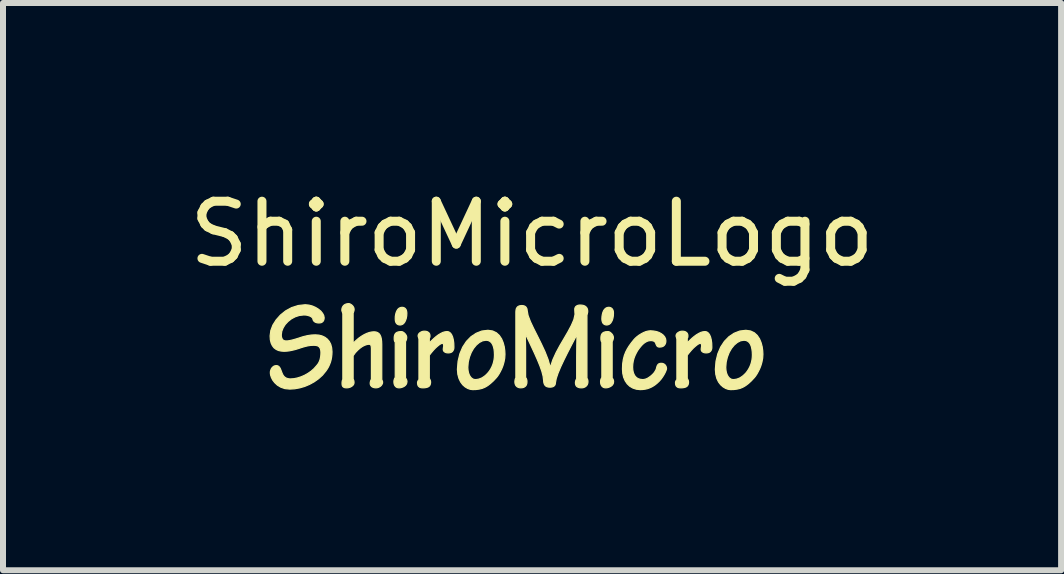
<source format=kicad_pcb>
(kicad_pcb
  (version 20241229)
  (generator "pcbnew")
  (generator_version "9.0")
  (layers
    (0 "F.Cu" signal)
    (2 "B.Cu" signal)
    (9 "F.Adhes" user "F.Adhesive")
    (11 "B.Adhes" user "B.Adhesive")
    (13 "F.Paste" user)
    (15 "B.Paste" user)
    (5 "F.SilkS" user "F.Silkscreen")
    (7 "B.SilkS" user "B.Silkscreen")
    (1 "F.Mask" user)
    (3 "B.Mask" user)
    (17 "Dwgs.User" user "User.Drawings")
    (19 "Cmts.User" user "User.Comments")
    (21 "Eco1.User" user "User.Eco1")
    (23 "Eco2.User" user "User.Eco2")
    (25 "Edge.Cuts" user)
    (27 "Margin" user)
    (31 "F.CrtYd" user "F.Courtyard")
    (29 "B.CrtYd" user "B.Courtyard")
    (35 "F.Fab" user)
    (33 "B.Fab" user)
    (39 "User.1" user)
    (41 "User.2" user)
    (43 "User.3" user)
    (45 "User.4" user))
  (footprint "ShiroMicroLogo"
    (layer "F.Cu")
    (at 5.815 2.848)
    (property "Reference" "ShiroMicroLogo" (at 0 -2 0) (layer "F.SilkS") (effects (font (size 1 1) (thickness 0.15))))
    (attr through_hole)
    (fp_poly (pts (xy -2.088 -0.702) (xy -2.086 -0.68) (xy -2.088 -0.636) (xy -2.095 -0.596) (xy -2.106 -0.563) (xy -2.119 -0.535) (xy -2.136 -0.512) (xy -2.154 -0.496) (xy -2.175 -0.487) (xy -2.197 -0.483) (xy -2.217 -0.485) (xy -2.234 -0.491) (xy -2.249 -0.5) (xy -2.26 -0.512) (xy -2.269 -0.527) (xy -2.275 -0.545) (xy -2.278 -0.565) (xy -2.279 -0.587) (xy -2.278 -0.625) (xy -2.272 -0.661) (xy -2.263 -0.694) (xy -2.25 -0.722) (xy -2.235 -0.745) (xy -2.216 -0.762) (xy -2.194 -0.773) (xy -2.169 -0.777) (xy -2.15 -0.776) (xy -2.134 -0.771) (xy -2.119 -0.763) (xy -2.108 -0.752) (xy -2.098 -0.738) (xy -2.092 -0.721)) (stroke (width 0.02) (type solid)) (fill yes) (layer "F.SilkS"))
    (fp_poly (pts (xy 1.324 -0.535) (xy 1.308 -0.512) (xy 1.289 -0.496) (xy 1.268 -0.487) (xy 1.247 -0.483) (xy 1.226 -0.485) (xy 1.209 -0.491) (xy 1.195 -0.5) (xy 1.183 -0.512) (xy 1.175 -0.527) (xy 1.169 -0.545) (xy 1.165 -0.565) (xy 1.164 -0.587) (xy 1.166 -0.625) (xy 1.172 -0.661) (xy 1.181 -0.694) (xy 1.193 -0.722) (xy 1.209 -0.745) (xy 1.228 -0.762) (xy 1.25 -0.773) (xy 1.275 -0.777) (xy 1.294 -0.776) (xy 1.31 -0.771) (xy 1.324 -0.763) (xy 1.336 -0.752) (xy 1.345 -0.738) (xy 1.352 -0.721) (xy 1.356 -0.702) (xy 1.357 -0.68) (xy 1.355 -0.636) (xy 1.348 -0.596) (xy 1.338 -0.563)) (stroke (width 0.02) (type solid)) (fill yes) (layer "F.SilkS"))
    (fp_poly (pts (xy -2.084 0.46) (xy -2.088 0.486) (xy -2.097 0.507) (xy -2.112 0.525) (xy -2.13 0.539) (xy -2.151 0.55) (xy -2.174 0.558) (xy -2.196 0.563) (xy -2.219 0.564) (xy -2.236 0.562) (xy -2.252 0.557) (xy -2.266 0.549) (xy -2.278 0.537) (xy -2.288 0.523) (xy -2.295 0.506) (xy -2.3 0.486) (xy -2.301 0.465) (xy -2.301 0.451) (xy -2.299 0.439) (xy -2.296 0.428) (xy -2.293 0.418) (xy -2.29 0.41) (xy -2.286 0.403) (xy -2.283 0.397) (xy -2.279 0.393) (xy -2.279 0.319) (xy -2.279 0.246) (xy -2.279 0.172) (xy -2.279 0.099) (xy -2.279 0.025) (xy -2.279 -0.048) (xy -2.279 -0.122) (xy -2.279 -0.196) (xy -2.283 -0.201) (xy -2.287 -0.207) (xy -2.29 -0.213) (xy -2.292 -0.221) (xy -2.294 -0.228) (xy -2.295 -0.236) (xy -2.296 -0.243) (xy -2.296 -0.25) (xy -2.296 -0.273) (xy -2.294 -0.295) (xy -2.289 -0.315) (xy -2.28 -0.334) (xy -2.266 -0.35) (xy -2.246 -0.362) (xy -2.217 -0.37) (xy -2.18 -0.373) (xy -2.164 -0.371) (xy -2.148 -0.364) (xy -2.132 -0.353) (xy -2.118 -0.34) (xy -2.106 -0.325) (xy -2.096 -0.309) (xy -2.09 -0.292) (xy -2.088 -0.276) (xy -2.089 -0.262) (xy -2.091 -0.25) (xy -2.093 -0.24) (xy -2.097 -0.23) (xy -2.1 -0.222) (xy -2.104 -0.215) (xy -2.106 -0.209) (xy -2.108 -0.204) (xy -2.108 -0.128) (xy -2.108 -0.053) (xy -2.108 0.023) (xy -2.108 0.099) (xy -2.108 0.174) (xy -2.108 0.25) (xy -2.108 0.326) (xy -2.108 0.401) (xy -2.105 0.405) (xy -2.101 0.41) (xy -2.097 0.417) (xy -2.093 0.424) (xy -2.089 0.433) (xy -2.087 0.442) (xy -2.085 0.451)) (stroke (width 0.02) (type solid)) (fill yes) (layer "F.SilkS"))
    (fp_poly (pts (xy 1.192 0.557) (xy 1.178 0.549) (xy 1.165 0.537) (xy 1.156 0.523) (xy 1.148 0.506) (xy 1.144 0.486) (xy 1.142 0.465) (xy 1.143 0.451) (xy 1.144 0.439) (xy 1.147 0.428) (xy 1.15 0.418) (xy 1.154 0.41) (xy 1.158 0.403) (xy 1.161 0.397) (xy 1.164 0.393) (xy 1.164 0.319) (xy 1.164 0.246) (xy 1.164 0.172) (xy 1.164 0.099) (xy 1.164 0.025) (xy 1.164 -0.048) (xy 1.164 -0.122) (xy 1.164 -0.196) (xy 1.16 -0.201) (xy 1.157 -0.207) (xy 1.154 -0.213) (xy 1.152 -0.221) (xy 1.15 -0.228) (xy 1.149 -0.236) (xy 1.148 -0.243) (xy 1.148 -0.25) (xy 1.148 -0.273) (xy 1.15 -0.295) (xy 1.155 -0.315) (xy 1.164 -0.334) (xy 1.178 -0.35) (xy 1.198 -0.362) (xy 1.226 -0.37) (xy 1.264 -0.373) (xy 1.28 -0.371) (xy 1.296 -0.364) (xy 1.311 -0.353) (xy 1.325 -0.34) (xy 1.338 -0.325) (xy 1.347 -0.309) (xy 1.353 -0.292) (xy 1.356 -0.276) (xy 1.355 -0.262) (xy 1.353 -0.25) (xy 1.35 -0.24) (xy 1.347 -0.23) (xy 1.343 -0.222) (xy 1.34 -0.215) (xy 1.337 -0.209) (xy 1.335 -0.204) (xy 1.335 -0.128) (xy 1.335 -0.053) (xy 1.335 0.023) (xy 1.335 0.099) (xy 1.335 0.174) (xy 1.335 0.25) (xy 1.335 0.326) (xy 1.335 0.401) (xy 1.339 0.405) (xy 1.343 0.41) (xy 1.347 0.417) (xy 1.351 0.424) (xy 1.354 0.433) (xy 1.357 0.442) (xy 1.358 0.451) (xy 1.359 0.46) (xy 1.356 0.486) (xy 1.346 0.507) (xy 1.332 0.525) (xy 1.313 0.539) (xy 1.292 0.55) (xy 1.27 0.558) (xy 1.247 0.563) (xy 1.225 0.564) (xy 1.207 0.562)) (stroke (width 0.02) (type solid)) (fill yes) (layer "F.SilkS"))
    (fp_poly (pts (xy -0.484 0.193) (xy -0.505 0.247) (xy -0.529 0.295) (xy -0.552 0.336) (xy -0.574 0.369) (xy -0.593 0.393) (xy -0.644 0.448) (xy -0.693 0.492) (xy -0.738 0.527) (xy -0.784 0.554) (xy -0.83 0.573) (xy -0.879 0.585) (xy -0.931 0.592) (xy -0.989 0.594) (xy -1.029 0.589) (xy -1.072 0.574) (xy -1.114 0.549) (xy -1.154 0.514) (xy -1.189 0.467) (xy -1.217 0.409) (xy -1.236 0.339) (xy -1.243 0.257) (xy -1.232 0.121) (xy -1.063 0.135) (xy -1.07 0.223) (xy -1.067 0.268) (xy -1.06 0.308) (xy -1.048 0.343) (xy -1.033 0.372) (xy -1.015 0.395) (xy -0.994 0.412) (xy -0.972 0.423) (xy -0.948 0.427) (xy -0.918 0.425) (xy -0.89 0.42) (xy -0.863 0.411) (xy -0.837 0.4) (xy -0.811 0.384) (xy -0.786 0.366) (xy -0.761 0.344) (xy -0.737 0.319) (xy -0.711 0.287) (xy -0.689 0.253) (xy -0.67 0.217) (xy -0.654 0.179) (xy -0.642 0.14) (xy -0.633 0.099) (xy -0.628 0.058) (xy -0.626 0.016) (xy -0.628 -0.034) (xy -0.633 -0.08) (xy -0.643 -0.122) (xy -0.657 -0.158) (xy -0.676 -0.188) (xy -0.701 -0.21) (xy -0.73 -0.224) (xy -0.766 -0.229) (xy -0.822 -0.22) (xy -0.877 -0.192) (xy -0.928 -0.149) (xy -0.974 -0.093) (xy -1.013 -0.025) (xy -1.043 0.052) (xy -1.063 0.135) (xy -1.232 0.121) (xy -1.202 -0.003) (xy -1.155 -0.114) (xy -1.092 -0.21) (xy -1.017 -0.287) (xy -0.93 -0.345) (xy -0.836 -0.382) (xy -0.734 -0.394) (xy -0.657 -0.383) (xy -0.594 -0.353) (xy -0.545 -0.308) (xy -0.507 -0.251) (xy -0.481 -0.188) (xy -0.463 -0.121) (xy -0.454 -0.055) (xy -0.451 0.006) (xy -0.455 0.071) (xy -0.467 0.134)) (stroke (width 0.02) (type solid)) (fill yes) (layer "F.SilkS"))
    (fp_poly (pts (xy 3.408 0.42) (xy 3.435 0.411) (xy 3.461 0.4) (xy 3.487 0.384) (xy 3.512 0.366) (xy 3.537 0.344) (xy 3.562 0.319) (xy 3.587 0.287) (xy 3.609 0.253) (xy 3.628 0.217) (xy 3.644 0.179) (xy 3.656 0.14) (xy 3.665 0.099) (xy 3.67 0.058) (xy 3.672 0.016) (xy 3.67 -0.034) (xy 3.664 -0.08) (xy 3.655 -0.122) (xy 3.641 -0.158) (xy 3.622 -0.188) (xy 3.597 -0.21) (xy 3.568 -0.224) (xy 3.532 -0.229) (xy 3.476 -0.22) (xy 3.421 -0.192) (xy 3.37 -0.149) (xy 3.324 -0.093) (xy 3.285 -0.025) (xy 3.255 0.052) (xy 3.235 0.135) (xy 3.066 0.121) (xy 3.096 -0.003) (xy 3.143 -0.114) (xy 3.206 -0.21) (xy 3.281 -0.287) (xy 3.367 -0.345) (xy 3.462 -0.382) (xy 3.563 -0.394) (xy 3.641 -0.383) (xy 3.704 -0.353) (xy 3.753 -0.308) (xy 3.791 -0.251) (xy 3.817 -0.188) (xy 3.835 -0.121) (xy 3.844 -0.055) (xy 3.847 0.006) (xy 3.843 0.071) (xy 3.831 0.134) (xy 3.814 0.193) (xy 3.793 0.247) (xy 3.769 0.295) (xy 3.746 0.336) (xy 3.724 0.369) (xy 3.705 0.393) (xy 3.654 0.448) (xy 3.606 0.492) (xy 3.56 0.527) (xy 3.514 0.554) (xy 3.468 0.573) (xy 3.419 0.585) (xy 3.367 0.592) (xy 3.309 0.594) (xy 3.269 0.589) (xy 3.226 0.574) (xy 3.184 0.549) (xy 3.144 0.514) (xy 3.108 0.467) (xy 3.08 0.409) (xy 3.062 0.339) (xy 3.055 0.257) (xy 3.066 0.121) (xy 3.235 0.135) (xy 3.228 0.223) (xy 3.231 0.268) (xy 3.238 0.308) (xy 3.25 0.343) (xy 3.265 0.372) (xy 3.283 0.395) (xy 3.304 0.412) (xy 3.326 0.423) (xy 3.35 0.427) (xy 3.379 0.425)) (stroke (width 0.02) (type solid)) (fill yes) (layer "F.SilkS"))
    (fp_poly (pts (xy 2.24 0.232) (xy 2.241 0.245) (xy 2.239 0.258) (xy 2.231 0.28) (xy 2.219 0.308) (xy 2.201 0.342) (xy 2.179 0.378) (xy 2.152 0.416) (xy 2.12 0.453) (xy 2.083 0.488) (xy 2.052 0.513) (xy 2.021 0.534) (xy 1.989 0.552) (xy 1.955 0.567) (xy 1.92 0.579) (xy 1.883 0.587) (xy 1.844 0.592) (xy 1.803 0.594) (xy 1.738 0.587) (xy 1.68 0.568) (xy 1.629 0.538) (xy 1.586 0.497) (xy 1.552 0.447) (xy 1.527 0.389) (xy 1.512 0.324) (xy 1.507 0.253) (xy 1.51 0.168) (xy 1.521 0.093) (xy 1.538 0.026) (xy 1.561 -0.033) (xy 1.589 -0.087) (xy 1.621 -0.138) (xy 1.657 -0.187) (xy 1.696 -0.236) (xy 1.719 -0.261) (xy 1.748 -0.287) (xy 1.781 -0.312) (xy 1.818 -0.335) (xy 1.857 -0.356) (xy 1.896 -0.372) (xy 1.936 -0.382) (xy 1.974 -0.386) (xy 2.026 -0.382) (xy 2.075 -0.373) (xy 2.118 -0.358) (xy 2.156 -0.337) (xy 2.187 -0.313) (xy 2.21 -0.285) (xy 2.225 -0.254) (xy 2.23 -0.221) (xy 2.229 -0.199) (xy 2.224 -0.178) (xy 2.216 -0.16) (xy 2.205 -0.145) (xy 2.191 -0.132) (xy 2.173 -0.123) (xy 2.151 -0.117) (xy 2.125 -0.115) (xy 2.111 -0.116) (xy 2.099 -0.12) (xy 2.09 -0.126) (xy 2.082 -0.133) (xy 2.077 -0.142) (xy 2.072 -0.151) (xy 2.068 -0.16) (xy 2.064 -0.17) (xy 2.061 -0.18) (xy 2.056 -0.189) (xy 2.05 -0.198) (xy 2.042 -0.206) (xy 2.031 -0.213) (xy 2.017 -0.218) (xy 2 -0.222) (xy 1.978 -0.223) (xy 1.955 -0.221) (xy 1.932 -0.216) (xy 1.91 -0.207) (xy 1.888 -0.195) (xy 1.867 -0.18) (xy 1.846 -0.162) (xy 1.825 -0.141) (xy 1.805 -0.117) (xy 1.781 -0.087) (xy 1.758 -0.054) (xy 1.737 -0.016) (xy 1.717 0.025) (xy 1.7 0.069) (xy 1.687 0.116) (xy 1.679 0.167) (xy 1.676 0.219) (xy 1.679 0.266) (xy 1.687 0.307) (xy 1.701 0.343) (xy 1.719 0.372) (xy 1.743 0.396) (xy 1.772 0.413) (xy 1.806 0.423) (xy 1.845 0.427) (xy 1.861 0.426) (xy 1.876 0.423) (xy 1.891 0.419) (xy 1.906 0.414) (xy 1.921 0.407) (xy 1.935 0.399) (xy 1.949 0.39) (xy 1.963 0.38) (xy 1.978 0.369) (xy 1.993 0.356) (xy 2.008 0.342) (xy 2.023 0.327) (xy 2.037 0.31) (xy 2.049 0.292) (xy 2.06 0.273) (xy 2.07 0.253) (xy 2.075 0.232) (xy 2.08 0.214) (xy 2.086 0.197) (xy 2.094 0.183) (xy 2.104 0.171) (xy 2.116 0.163) (xy 2.132 0.158) (xy 2.151 0.156) (xy 2.175 0.158) (xy 2.194 0.165) (xy 2.21 0.175) (xy 2.222 0.188) (xy 2.231 0.203) (xy 2.237 0.217)) (stroke (width 0.02) (type solid)) (fill yes) (layer "F.SilkS"))
    (fp_poly (pts (xy -1.579 -0.126) (xy -1.61 -0.098) (xy -1.643 -0.063) (xy -1.677 -0.023) (xy -1.712 0.022) (xy -1.712 0.071) (xy -1.712 0.119) (xy -1.712 0.168) (xy -1.712 0.216) (xy -1.712 0.264) (xy -1.712 0.313) (xy -1.712 0.361) (xy -1.712 0.409) (xy -1.708 0.415) (xy -1.704 0.421) (xy -1.701 0.428) (xy -1.697 0.436) (xy -1.694 0.444) (xy -1.692 0.452) (xy -1.691 0.461) (xy -1.69 0.469) (xy -1.692 0.491) (xy -1.697 0.51) (xy -1.705 0.527) (xy -1.718 0.54) (xy -1.736 0.551) (xy -1.759 0.558) (xy -1.787 0.563) (xy -1.821 0.564) (xy -1.842 0.563) (xy -1.859 0.559) (xy -1.874 0.553) (xy -1.886 0.543) (xy -1.896 0.532) (xy -1.902 0.518) (xy -1.906 0.501) (xy -1.908 0.481) (xy -1.907 0.474) (xy -1.906 0.466) (xy -1.903 0.458) (xy -1.9 0.451) (xy -1.897 0.444) (xy -1.893 0.438) (xy -1.888 0.433) (xy -1.884 0.429) (xy -1.884 0.344) (xy -1.884 0.26) (xy -1.884 0.176) (xy -1.884 0.091) (xy -1.884 0.007) (xy -1.884 -0.077) (xy -1.884 -0.162) (xy -1.884 -0.246) (xy -1.885 -0.253) (xy -1.887 -0.26) (xy -1.889 -0.267) (xy -1.891 -0.274) (xy -1.893 -0.281) (xy -1.895 -0.287) (xy -1.897 -0.294) (xy -1.898 -0.301) (xy -1.896 -0.316) (xy -1.89 -0.33) (xy -1.88 -0.344) (xy -1.867 -0.355) (xy -1.851 -0.365) (xy -1.833 -0.373) (xy -1.813 -0.378) (xy -1.792 -0.379) (xy -1.772 -0.378) (xy -1.754 -0.374) (xy -1.739 -0.368) (xy -1.726 -0.359) (xy -1.715 -0.349) (xy -1.708 -0.337) (xy -1.703 -0.323) (xy -1.701 -0.307) (xy -1.701 -0.302) (xy -1.701 -0.296) (xy -1.701 -0.29) (xy -1.702 -0.284) (xy -1.703 -0.278) (xy -1.705 -0.272) (xy -1.708 -0.267) (xy -1.712 -0.261) (xy -1.712 -0.251) (xy -1.712 -0.242) (xy -1.712 -0.232) (xy -1.712 -0.223) (xy -1.712 -0.213) (xy -1.712 -0.204) (xy -1.712 -0.194) (xy -1.712 -0.185) (xy -1.712 -0.185) (xy -1.712 -0.185) (xy -1.712 -0.185) (xy -1.711 -0.185) (xy -1.711 -0.185) (xy -1.711 -0.185) (xy -1.711 -0.185) (xy -1.71 -0.185) (xy -1.672 -0.223) (xy -1.634 -0.259) (xy -1.597 -0.291) (xy -1.559 -0.319) (xy -1.522 -0.341) (xy -1.486 -0.359) (xy -1.45 -0.369) (xy -1.416 -0.373) (xy -1.395 -0.37) (xy -1.374 -0.36) (xy -1.355 -0.343) (xy -1.338 -0.317) (xy -1.323 -0.282) (xy -1.312 -0.238) (xy -1.304 -0.182) (xy -1.302 -0.115) (xy -1.303 -0.094) (xy -1.307 -0.076) (xy -1.315 -0.059) (xy -1.324 -0.045) (xy -1.337 -0.033) (xy -1.353 -0.025) (xy -1.372 -0.02) (xy -1.394 -0.018) (xy -1.413 -0.019) (xy -1.43 -0.022) (xy -1.444 -0.027) (xy -1.456 -0.034) (xy -1.466 -0.042) (xy -1.473 -0.052) (xy -1.477 -0.063) (xy -1.479 -0.075) (xy -1.478 -0.082) (xy -1.478 -0.089) (xy -1.477 -0.097) (xy -1.476 -0.104) (xy -1.475 -0.111) (xy -1.474 -0.118) (xy -1.473 -0.124) (xy -1.471 -0.13) (xy -1.472 -0.139) (xy -1.473 -0.148) (xy -1.474 -0.156) (xy -1.477 -0.164) (xy -1.48 -0.17) (xy -1.484 -0.174) (xy -1.488 -0.177) (xy -1.493 -0.178) (xy -1.507 -0.175) (xy -1.527 -0.165) (xy -1.551 -0.149)) (stroke (width 0.02) (type solid)) (fill yes) (layer "F.SilkS"))
    (fp_poly (pts (xy 2.391 0.481) (xy 2.391 0.474) (xy 2.392 0.466) (xy 2.395 0.458) (xy 2.398 0.451) (xy 2.401 0.444) (xy 2.405 0.438) (xy 2.41 0.433) (xy 2.414 0.429) (xy 2.414 0.344) (xy 2.414 0.26) (xy 2.414 0.176) (xy 2.414 0.091) (xy 2.414 0.007) (xy 2.414 -0.077) (xy 2.414 -0.162) (xy 2.414 -0.246) (xy 2.412 -0.253) (xy 2.411 -0.26) (xy 2.409 -0.267) (xy 2.407 -0.274) (xy 2.405 -0.281) (xy 2.403 -0.287) (xy 2.401 -0.294) (xy 2.4 -0.301) (xy 2.402 -0.316) (xy 2.408 -0.33) (xy 2.418 -0.344) (xy 2.431 -0.355) (xy 2.447 -0.365) (xy 2.465 -0.373) (xy 2.485 -0.378) (xy 2.506 -0.379) (xy 2.526 -0.378) (xy 2.544 -0.374) (xy 2.559 -0.368) (xy 2.572 -0.359) (xy 2.583 -0.349) (xy 2.59 -0.337) (xy 2.595 -0.323) (xy 2.597 -0.307) (xy 2.597 -0.302) (xy 2.597 -0.296) (xy 2.596 -0.29) (xy 2.596 -0.284) (xy 2.595 -0.278) (xy 2.593 -0.272) (xy 2.59 -0.267) (xy 2.586 -0.261) (xy 2.586 -0.251) (xy 2.586 -0.242) (xy 2.586 -0.232) (xy 2.586 -0.223) (xy 2.586 -0.213) (xy 2.586 -0.204) (xy 2.586 -0.194) (xy 2.586 -0.185) (xy 2.586 -0.185) (xy 2.586 -0.185) (xy 2.586 -0.185) (xy 2.586 -0.185) (xy 2.587 -0.185) (xy 2.587 -0.185) (xy 2.587 -0.185) (xy 2.587 -0.185) (xy 2.625 -0.223) (xy 2.663 -0.259) (xy 2.701 -0.291) (xy 2.739 -0.319) (xy 2.776 -0.341) (xy 2.812 -0.359) (xy 2.847 -0.369) (xy 2.882 -0.373) (xy 2.903 -0.37) (xy 2.924 -0.36) (xy 2.943 -0.343) (xy 2.96 -0.317) (xy 2.975 -0.282) (xy 2.986 -0.238) (xy 2.994 -0.182) (xy 2.996 -0.115) (xy 2.995 -0.094) (xy 2.991 -0.076) (xy 2.984 -0.059) (xy 2.974 -0.045) (xy 2.961 -0.033) (xy 2.945 -0.025) (xy 2.926 -0.02) (xy 2.904 -0.018) (xy 2.885 -0.019) (xy 2.868 -0.022) (xy 2.854 -0.027) (xy 2.842 -0.034) (xy 2.832 -0.042) (xy 2.825 -0.052) (xy 2.821 -0.063) (xy 2.819 -0.075) (xy 2.82 -0.082) (xy 2.82 -0.089) (xy 2.821 -0.097) (xy 2.822 -0.104) (xy 2.823 -0.111) (xy 2.824 -0.118) (xy 2.825 -0.124) (xy 2.827 -0.13) (xy 2.826 -0.139) (xy 2.825 -0.148) (xy 2.824 -0.156) (xy 2.821 -0.164) (xy 2.818 -0.17) (xy 2.814 -0.174) (xy 2.81 -0.177) (xy 2.805 -0.178) (xy 2.791 -0.175) (xy 2.771 -0.165) (xy 2.747 -0.149) (xy 2.719 -0.126) (xy 2.688 -0.098) (xy 2.655 -0.063) (xy 2.621 -0.023) (xy 2.586 0.022) (xy 2.586 0.071) (xy 2.586 0.119) (xy 2.586 0.168) (xy 2.586 0.216) (xy 2.586 0.264) (xy 2.586 0.313) (xy 2.586 0.361) (xy 2.586 0.409) (xy 2.59 0.415) (xy 2.594 0.421) (xy 2.597 0.428) (xy 2.601 0.436) (xy 2.604 0.444) (xy 2.606 0.452) (xy 2.607 0.461) (xy 2.608 0.469) (xy 2.606 0.491) (xy 2.601 0.51) (xy 2.592 0.527) (xy 2.58 0.54) (xy 2.562 0.551) (xy 2.539 0.558) (xy 2.511 0.563) (xy 2.477 0.564) (xy 2.456 0.563) (xy 2.439 0.559) (xy 2.424 0.553) (xy 2.412 0.543) (xy 2.402 0.532) (xy 2.396 0.518) (xy 2.392 0.501)) (stroke (width 0.02) (type solid)) (fill yes) (layer "F.SilkS"))
    (fp_poly (pts (xy -3.812 -0.116) (xy -3.845 -0.106) (xy -3.88 -0.094) (xy -3.915 -0.083) (xy -3.949 -0.073) (xy -3.982 -0.065) (xy -4.014 -0.058) (xy -4.045 -0.052) (xy -4.076 -0.048) (xy -4.106 -0.046) (xy -4.136 -0.045) (xy -4.183 -0.049) (xy -4.227 -0.059) (xy -4.265 -0.077) (xy -4.299 -0.103) (xy -4.326 -0.138) (xy -4.347 -0.182) (xy -4.36 -0.236) (xy -4.364 -0.301) (xy -4.352 -0.391) (xy -4.318 -0.481) (xy -4.263 -0.568) (xy -4.192 -0.648) (xy -4.105 -0.718) (xy -4.006 -0.772) (xy -3.897 -0.807) (xy -3.78 -0.82) (xy -3.718 -0.814) (xy -3.66 -0.799) (xy -3.606 -0.775) (xy -3.559 -0.746) (xy -3.519 -0.713) (xy -3.49 -0.677) (xy -3.471 -0.641) (xy -3.464 -0.606) (xy -3.465 -0.589) (xy -3.468 -0.572) (xy -3.474 -0.557) (xy -3.482 -0.544) (xy -3.494 -0.533) (xy -3.508 -0.524) (xy -3.526 -0.519) (xy -3.547 -0.517) (xy -3.572 -0.518) (xy -3.594 -0.523) (xy -3.612 -0.53) (xy -3.626 -0.539) (xy -3.637 -0.55) (xy -3.645 -0.563) (xy -3.65 -0.576) (xy -3.652 -0.591) (xy -3.661 -0.603) (xy -3.673 -0.615) (xy -3.688 -0.625) (xy -3.706 -0.633) (xy -3.727 -0.64) (xy -3.75 -0.646) (xy -3.775 -0.649) (xy -3.803 -0.65) (xy -3.876 -0.642) (xy -3.945 -0.62) (xy -4.009 -0.586) (xy -4.065 -0.542) (xy -4.112 -0.492) (xy -4.147 -0.436) (xy -4.17 -0.378) (xy -4.178 -0.32) (xy -4.177 -0.294) (xy -4.172 -0.272) (xy -4.165 -0.254) (xy -4.156 -0.24) (xy -4.144 -0.229) (xy -4.13 -0.222) (xy -4.114 -0.218) (xy -4.097 -0.217) (xy -4.077 -0.217) (xy -4.055 -0.22) (xy -4.031 -0.224) (xy -4.005 -0.23) (xy -3.977 -0.237) (xy -3.946 -0.246) (xy -3.913 -0.256) (xy -3.878 -0.267) (xy -3.843 -0.279) (xy -3.81 -0.289) (xy -3.776 -0.297) (xy -3.744 -0.305) (xy -3.711 -0.31) (xy -3.678 -0.315) (xy -3.644 -0.317) (xy -3.609 -0.318) (xy -3.552 -0.314) (xy -3.5 -0.301) (xy -3.453 -0.279) (xy -3.413 -0.249) (xy -3.379 -0.209) (xy -3.354 -0.161) (xy -3.339 -0.103) (xy -3.333 -0.037) (xy -3.335 0.01) (xy -3.34 0.054) (xy -3.348 0.097) (xy -3.359 0.137) (xy -3.374 0.176) (xy -3.391 0.214) (xy -3.412 0.25) (xy -3.436 0.285) (xy -3.492 0.353) (xy -3.558 0.413) (xy -3.63 0.464) (xy -3.708 0.507) (xy -3.789 0.541) (xy -3.872 0.565) (xy -3.955 0.58) (xy -4.036 0.585) (xy -4.118 0.577) (xy -4.187 0.553) (xy -4.243 0.519) (xy -4.287 0.478) (xy -4.321 0.434) (xy -4.343 0.39) (xy -4.356 0.35) (xy -4.36 0.319) (xy -4.359 0.293) (xy -4.353 0.27) (xy -4.344 0.248) (xy -4.332 0.23) (xy -4.317 0.215) (xy -4.3 0.203) (xy -4.28 0.196) (xy -4.257 0.194) (xy -4.237 0.198) (xy -4.22 0.208) (xy -4.206 0.224) (xy -4.195 0.243) (xy -4.186 0.265) (xy -4.177 0.288) (xy -4.169 0.309) (xy -4.161 0.329) (xy -4.151 0.349) (xy -4.139 0.367) (xy -4.125 0.382) (xy -4.109 0.394) (xy -4.091 0.404) (xy -4.071 0.41) (xy -4.048 0.415) (xy -4.024 0.416) (xy -3.967 0.412) (xy -3.909 0.4) (xy -3.849 0.381) (xy -3.791 0.356) (xy -3.734 0.324) (xy -3.681 0.287) (xy -3.634 0.246) (xy -3.593 0.2) (xy -3.573 0.176) (xy -3.556 0.151) (xy -3.543 0.124) (xy -3.533 0.097) (xy -3.526 0.068) (xy -3.521 0.039) (xy -3.518 0.008) (xy -3.517 -0.024) (xy -3.519 -0.055) (xy -3.525 -0.081) (xy -3.534 -0.102) (xy -3.547 -0.119) (xy -3.563 -0.131) (xy -3.583 -0.139) (xy -3.607 -0.143) (xy -3.633 -0.145) (xy -3.663 -0.144) (xy -3.692 -0.142) (xy -3.722 -0.138) (xy -3.751 -0.132) (xy -3.781 -0.125)) (stroke (width 0.02) (type solid)) (fill yes) (layer "F.SilkS"))
    (fp_poly (pts (xy -2.981 -0.181) (xy -2.981 -0.181) (xy -2.98 -0.181) (xy -2.98 -0.181) (xy -2.979 -0.181) (xy -2.979 -0.181) (xy -2.978 -0.181) (xy -2.978 -0.181) (xy -2.977 -0.181) (xy -2.933 -0.224) (xy -2.889 -0.262) (xy -2.844 -0.294) (xy -2.799 -0.321) (xy -2.755 -0.342) (xy -2.713 -0.357) (xy -2.672 -0.366) (xy -2.633 -0.369) (xy -2.6 -0.366) (xy -2.573 -0.356) (xy -2.55 -0.34) (xy -2.533 -0.317) (xy -2.52 -0.288) (xy -2.511 -0.252) (xy -2.506 -0.209) (xy -2.504 -0.16) (xy -2.504 -0.087) (xy -2.504 -0.014) (xy -2.504 0.059) (xy -2.504 0.132) (xy -2.504 0.205) (xy -2.504 0.278) (xy -2.504 0.351) (xy -2.504 0.424) (xy -2.503 0.429) (xy -2.501 0.435) (xy -2.499 0.44) (xy -2.496 0.446) (xy -2.494 0.452) (xy -2.492 0.458) (xy -2.49 0.465) (xy -2.49 0.471) (xy -2.492 0.49) (xy -2.5 0.507) (xy -2.511 0.523) (xy -2.525 0.537) (xy -2.542 0.548) (xy -2.561 0.557) (xy -2.58 0.562) (xy -2.6 0.564) (xy -2.62 0.563) (xy -2.638 0.559) (xy -2.655 0.553) (xy -2.669 0.545) (xy -2.68 0.534) (xy -2.689 0.522) (xy -2.694 0.508) (xy -2.696 0.492) (xy -2.696 0.483) (xy -2.695 0.474) (xy -2.693 0.464) (xy -2.691 0.455) (xy -2.688 0.446) (xy -2.685 0.437) (xy -2.681 0.429) (xy -2.676 0.422) (xy -2.676 0.361) (xy -2.676 0.299) (xy -2.676 0.237) (xy -2.676 0.176) (xy -2.676 0.114) (xy -2.676 0.053) (xy -2.676 -0.009) (xy -2.676 -0.071) (xy -2.676 -0.095) (xy -2.678 -0.115) (xy -2.68 -0.131) (xy -2.684 -0.143) (xy -2.69 -0.152) (xy -2.697 -0.157) (xy -2.705 -0.161) (xy -2.716 -0.162) (xy -2.738 -0.16) (xy -2.765 -0.153) (xy -2.796 -0.141) (xy -2.83 -0.123) (xy -2.866 -0.097) (xy -2.904 -0.064) (xy -2.943 -0.023) (xy -2.981 0.029) (xy -2.981 0.077) (xy -2.981 0.126) (xy -2.981 0.175) (xy -2.981 0.223) (xy -2.981 0.272) (xy -2.981 0.321) (xy -2.981 0.369) (xy -2.981 0.418) (xy -2.978 0.424) (xy -2.975 0.43) (xy -2.972 0.437) (xy -2.97 0.444) (xy -2.969 0.451) (xy -2.967 0.459) (xy -2.967 0.468) (xy -2.966 0.477) (xy -2.969 0.496) (xy -2.977 0.513) (xy -2.99 0.528) (xy -3.006 0.54) (xy -3.025 0.551) (xy -3.046 0.558) (xy -3.068 0.563) (xy -3.09 0.564) (xy -3.109 0.563) (xy -3.125 0.56) (xy -3.138 0.554) (xy -3.148 0.547) (xy -3.156 0.537) (xy -3.161 0.526) (xy -3.164 0.512) (xy -3.165 0.496) (xy -3.165 0.484) (xy -3.165 0.473) (xy -3.164 0.463) (xy -3.162 0.453) (xy -3.161 0.445) (xy -3.158 0.438) (xy -3.156 0.432) (xy -3.152 0.427) (xy -3.152 0.29) (xy -3.152 0.153) (xy -3.152 0.016) (xy -3.152 -0.121) (xy -3.152 -0.258) (xy -3.152 -0.395) (xy -3.152 -0.532) (xy -3.152 -0.669) (xy -3.154 -0.677) (xy -3.156 -0.684) (xy -3.158 -0.692) (xy -3.161 -0.7) (xy -3.164 -0.708) (xy -3.167 -0.716) (xy -3.168 -0.723) (xy -3.169 -0.731) (xy -3.167 -0.755) (xy -3.16 -0.777) (xy -3.15 -0.795) (xy -3.136 -0.811) (xy -3.119 -0.823) (xy -3.099 -0.832) (xy -3.077 -0.837) (xy -3.053 -0.839) (xy -3.041 -0.837) (xy -3.027 -0.831) (xy -3.012 -0.822) (xy -2.998 -0.811) (xy -2.985 -0.797) (xy -2.974 -0.78) (xy -2.967 -0.763) (xy -2.965 -0.743) (xy -2.965 -0.735) (xy -2.966 -0.727) (xy -2.968 -0.719) (xy -2.97 -0.711) (xy -2.973 -0.703) (xy -2.975 -0.695) (xy -2.978 -0.687) (xy -2.981 -0.68) (xy -2.981 -0.617) (xy -2.981 -0.555) (xy -2.981 -0.493) (xy -2.981 -0.43) (xy -2.981 -0.368) (xy -2.981 -0.305) (xy -2.981 -0.243)) (stroke (width 0.02) (type solid)) (fill yes) (layer "F.SilkS"))
    (fp_poly (pts (xy -0.028 -0.542) (xy 0.026 -0.427) (xy 0.089 -0.302) (xy 0.154 -0.171) (xy 0.216 -0.038) (xy 0.267 0.092) (xy 0.302 0.215) (xy 0.303 0.215) (xy 0.304 0.215) (xy 0.304 0.215) (xy 0.305 0.215) (xy 0.306 0.215) (xy 0.306 0.215) (xy 0.307 0.215) (xy 0.308 0.215) (xy 0.347 0.097) (xy 0.402 -0.024) (xy 0.466 -0.143) (xy 0.535 -0.26) (xy 0.6 -0.372) (xy 0.656 -0.477) (xy 0.697 -0.572) (xy 0.716 -0.655) (xy 0.716 -0.665) (xy 0.716 -0.676) (xy 0.715 -0.688) (xy 0.714 -0.7) (xy 0.714 -0.712) (xy 0.713 -0.724) (xy 0.713 -0.735) (xy 0.712 -0.746) (xy 0.714 -0.761) (xy 0.719 -0.774) (xy 0.726 -0.786) (xy 0.737 -0.796) (xy 0.75 -0.804) (xy 0.765 -0.81) (xy 0.783 -0.814) (xy 0.803 -0.815) (xy 0.832 -0.813) (xy 0.858 -0.808) (xy 0.88 -0.799) (xy 0.897 -0.787) (xy 0.911 -0.772) (xy 0.92 -0.755) (xy 0.926 -0.734) (xy 0.928 -0.712) (xy 0.927 -0.703) (xy 0.927 -0.695) (xy 0.925 -0.686) (xy 0.923 -0.678) (xy 0.921 -0.669) (xy 0.919 -0.661) (xy 0.917 -0.654) (xy 0.915 -0.648) (xy 0.915 -0.517) (xy 0.915 -0.385) (xy 0.915 -0.253) (xy 0.915 -0.121) (xy 0.915 0.01) (xy 0.915 0.142) (xy 0.915 0.274) (xy 0.915 0.405) (xy 0.919 0.411) (xy 0.923 0.418) (xy 0.926 0.425) (xy 0.928 0.433) (xy 0.93 0.44) (xy 0.931 0.449) (xy 0.931 0.457) (xy 0.932 0.465) (xy 0.929 0.488) (xy 0.922 0.508) (xy 0.912 0.525) (xy 0.898 0.539) (xy 0.882 0.55) (xy 0.863 0.558) (xy 0.844 0.563) (xy 0.823 0.564) (xy 0.798 0.563) (xy 0.777 0.558) (xy 0.76 0.551) (xy 0.746 0.542) (xy 0.736 0.53) (xy 0.729 0.516) (xy 0.725 0.5) (xy 0.723 0.481) (xy 0.724 0.471) (xy 0.725 0.46) (xy 0.727 0.451) (xy 0.73 0.442) (xy 0.733 0.434) (xy 0.736 0.427) (xy 0.74 0.42) (xy 0.744 0.414) (xy 0.744 0.324) (xy 0.744 0.233) (xy 0.744 0.142) (xy 0.744 0.05) (xy 0.745 -0.042) (xy 0.746 -0.134) (xy 0.748 -0.226) (xy 0.749 -0.318) (xy 0.749 -0.318) (xy 0.748 -0.318) (xy 0.748 -0.318) (xy 0.747 -0.318) (xy 0.747 -0.318) (xy 0.746 -0.318) (xy 0.746 -0.318) (xy 0.746 -0.318) (xy 0.699 -0.228) (xy 0.644 -0.123) (xy 0.586 -0.01) (xy 0.529 0.105) (xy 0.476 0.218) (xy 0.433 0.321) (xy 0.403 0.41) (xy 0.39 0.479) (xy 0.388 0.498) (xy 0.383 0.513) (xy 0.375 0.526) (xy 0.364 0.536) (xy 0.35 0.544) (xy 0.335 0.549) (xy 0.318 0.552) (xy 0.298 0.553) (xy 0.271 0.551) (xy 0.249 0.545) (xy 0.23 0.535) (xy 0.216 0.521) (xy 0.206 0.504) (xy 0.199 0.485) (xy 0.195 0.463) (xy 0.193 0.439) (xy 0.185 0.372) (xy 0.164 0.29) (xy 0.131 0.197) (xy 0.089 0.095) (xy 0.042 -0.011) (xy -0.008 -0.119) (xy -0.058 -0.225) (xy -0.107 -0.327) (xy -0.107 -0.327) (xy -0.108 -0.327) (xy -0.109 -0.327) (xy -0.11 -0.327) (xy -0.11 -0.327) (xy -0.111 -0.327) (xy -0.112 -0.327) (xy -0.112 -0.327) (xy -0.11 -0.238) (xy -0.108 -0.149) (xy -0.107 -0.059) (xy -0.107 0.031) (xy -0.107 0.122) (xy -0.107 0.212) (xy -0.107 0.303) (xy -0.107 0.393) (xy -0.102 0.399) (xy -0.098 0.405) (xy -0.094 0.413) (xy -0.091 0.422) (xy -0.088 0.431) (xy -0.086 0.442) (xy -0.085 0.454) (xy -0.085 0.467) (xy -0.086 0.487) (xy -0.091 0.505) (xy -0.098 0.522) (xy -0.109 0.536) (xy -0.124 0.548) (xy -0.141 0.557) (xy -0.163 0.562) (xy -0.188 0.564) (xy -0.211 0.562) (xy -0.231 0.556) (xy -0.248 0.547) (xy -0.261 0.535) (xy -0.272 0.521) (xy -0.279 0.504) (xy -0.284 0.486) (xy -0.285 0.467) (xy -0.285 0.457) (xy -0.284 0.447) (xy -0.283 0.438) (xy -0.281 0.428) (xy -0.279 0.419) (xy -0.276 0.411) (xy -0.273 0.405) (xy -0.269 0.399) (xy -0.269 0.261) (xy -0.269 0.124) (xy -0.269 -0.014) (xy -0.269 -0.151) (xy -0.269 -0.289) (xy -0.269 -0.426) (xy -0.269 -0.564) (xy -0.269 -0.701) (xy -0.267 -0.727) (xy -0.263 -0.75) (xy -0.254 -0.768) (xy -0.243 -0.783) (xy -0.229 -0.793) (xy -0.211 -0.801) (xy -0.191 -0.805) (xy -0.169 -0.807) (xy -0.149 -0.805) (xy -0.132 -0.801) (xy -0.117 -0.794) (xy -0.104 -0.784) (xy -0.095 -0.772) (xy -0.087 -0.758) (xy -0.083 -0.742) (xy -0.081 -0.724) (xy -0.066 -0.642)) (stroke (width 0.02) (type solid)) (fill yes) (layer "F.SilkS")))
  (gr_rect
    (start -3 -3)
    (end 14.631 6.452)
    (stroke (width 0.1) (type default))
    (fill no)
    (layer "Edge.Cuts")))
</source>
